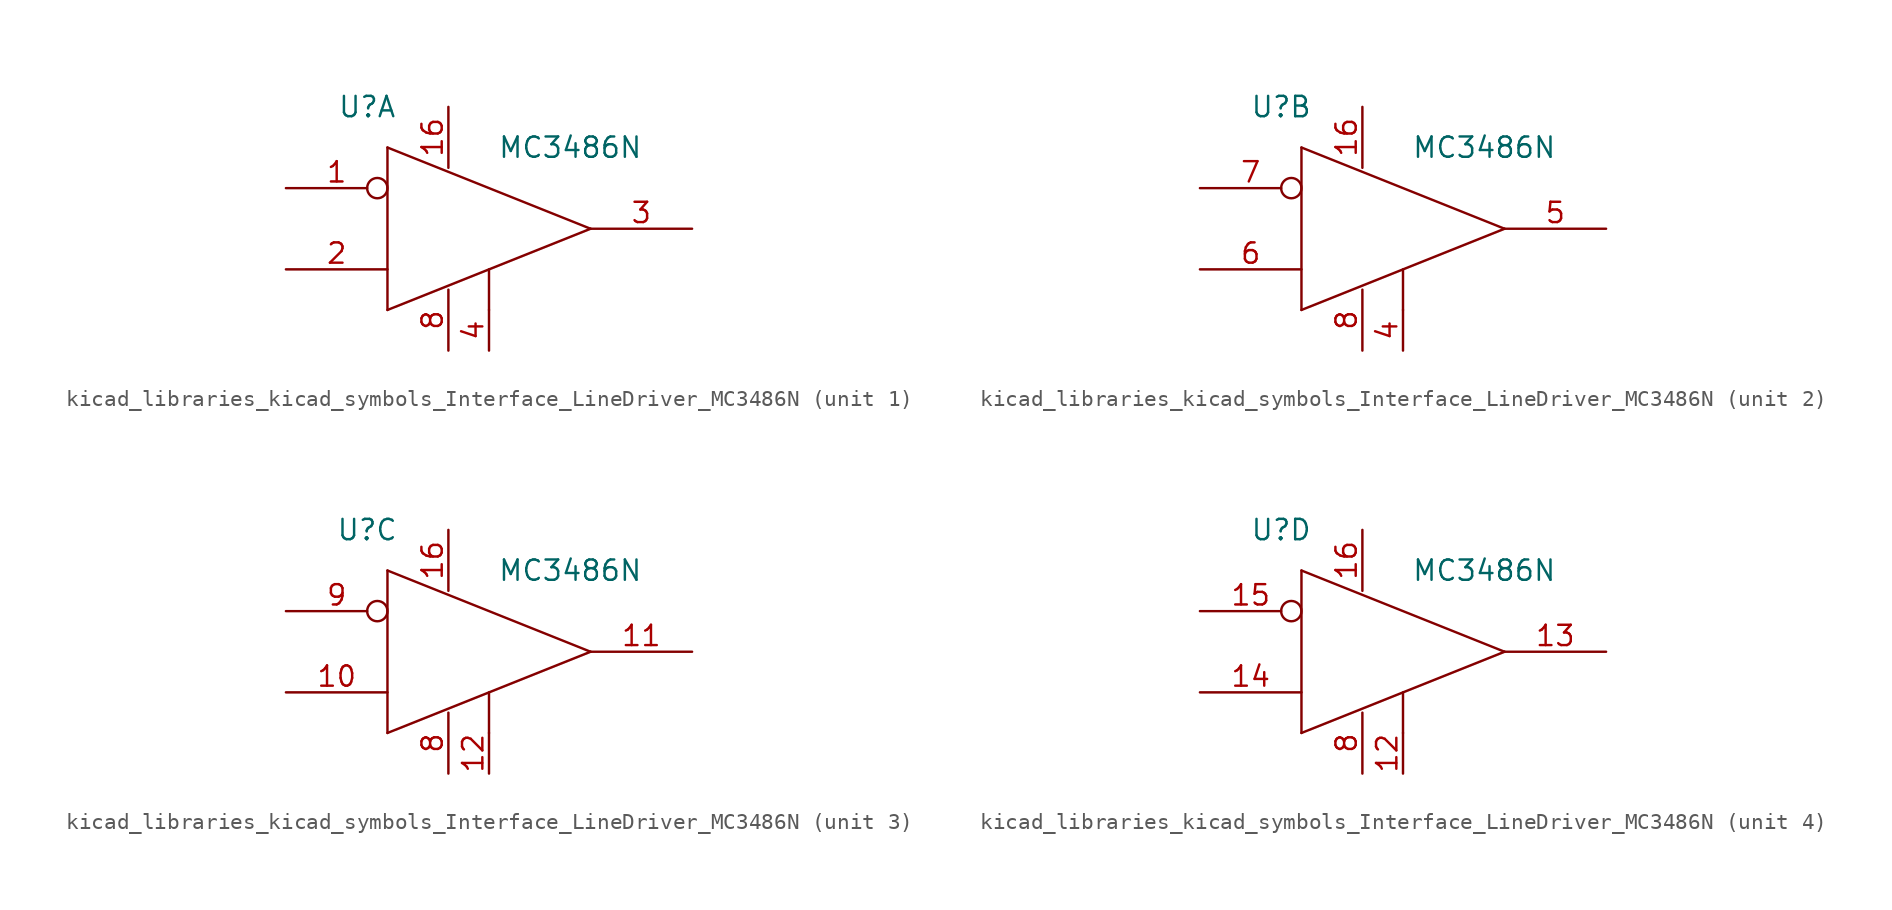
<source format=kicad_sym>
(kicad_symbol_lib
  (version 20220914)
  (generator kicad_symbol_editor)
  (symbol "kicad_libraries_kicad_symbols_Interface_LineDriver_MC3486N"
    (pin_names
      (offset 1.016) hide)
    (property "Reference" "U"
      (at -7.62 7.62 0)
      (effects (font (size 1.27 1.27))))
    (property "Value" "MC3486N"
      (at 5.08 5.08 0)
      (effects (font (size 1.27 1.27))))
    (symbol "kicad_libraries_kicad_symbols_Interface_LineDriver_MC3486N_0_1"
      (polyline (pts (xy -6.35 -5.08) (xy 6.35 0)) (stroke (width 0) (type default)) (fill (type none)))
      (polyline (pts (xy -6.35 5.08) (xy -6.35 -5.08)) (stroke (width 0) (type default)) (fill (type none)))
      (polyline (pts (xy 0 -5.08) (xy 0 -2.54)) (stroke (width 0) (type default)) (fill (type none)))
      (polyline (pts (xy 6.35 0) (xy -6.35 5.08)) (stroke (width 0) (type default)) (fill (type none))))
    (symbol "kicad_libraries_kicad_symbols_Interface_LineDriver_MC3486N_1_1"
      (pin input inverted (at -12.7 2.54 0) (length 6.35) (name "E-" (effects (font (size 1.27 1.27)))) (number "1" (effects (font (size 1.27 1.27)))))
      (pin power_in line (at -2.54 7.62 270) (length 3.81) (name "VCC" (effects (font (size 1.27 1.27)))) (number "16" (effects (font (size 1.27 1.27)))))
      (pin input line (at -12.7 -2.54 0) (length 6.35) (name "E+" (effects (font (size 1.27 1.27)))) (number "2" (effects (font (size 1.27 1.27)))))
      (pin tri_state line (at 12.7 0 180) (length 6.35) (name "OUT" (effects (font (size 1.27 1.27)))) (number "3" (effects (font (size 1.27 1.27)))))
      (pin input line (at 0 -7.62 90) (length 2.54) (name "ENABLE" (effects (font (size 1.27 1.27)))) (number "4" (effects (font (size 1.27 1.27)))))
      (pin power_in line (at -2.54 -7.62 90) (length 3.81) (name "GND" (effects (font (size 1.27 1.27)))) (number "8" (effects (font (size 1.27 1.27))))))
    (symbol "kicad_libraries_kicad_symbols_Interface_LineDriver_MC3486N_2_1"
      (pin power_in line (at -2.54 7.62 270) (length 3.81) (name "VCC" (effects (font (size 1.27 1.27)))) (number "16" (effects (font (size 1.27 1.27)))))
      (pin input line (at 0 -7.62 90) (length 2.54) (name "ENABLE" (effects (font (size 1.27 1.27)))) (number "4" (effects (font (size 1.27 1.27)))))
      (pin tri_state line (at 12.7 0 180) (length 6.35) (name "OUT" (effects (font (size 1.27 1.27)))) (number "5" (effects (font (size 1.27 1.27)))))
      (pin input line (at -12.7 -2.54 0) (length 6.35) (name "E+" (effects (font (size 1.27 1.27)))) (number "6" (effects (font (size 1.27 1.27)))))
      (pin input inverted (at -12.7 2.54 0) (length 6.35) (name "E-" (effects (font (size 1.27 1.27)))) (number "7" (effects (font (size 1.27 1.27)))))
      (pin power_in line (at -2.54 -7.62 90) (length 3.81) (name "GND" (effects (font (size 1.27 1.27)))) (number "8" (effects (font (size 1.27 1.27))))))
    (symbol "kicad_libraries_kicad_symbols_Interface_LineDriver_MC3486N_3_1"
      (pin input line (at -12.7 -2.54 0) (length 6.35) (name "E+" (effects (font (size 1.27 1.27)))) (number "10" (effects (font (size 1.27 1.27)))))
      (pin tri_state line (at 12.7 0 180) (length 6.35) (name "OUT" (effects (font (size 1.27 1.27)))) (number "11" (effects (font (size 1.27 1.27)))))
      (pin input line (at 0 -7.62 90) (length 2.54) (name "ENABLE" (effects (font (size 1.27 1.27)))) (number "12" (effects (font (size 1.27 1.27)))))
      (pin power_in line (at -2.54 7.62 270) (length 3.81) (name "VCC" (effects (font (size 1.27 1.27)))) (number "16" (effects (font (size 1.27 1.27)))))
      (pin power_in line (at -2.54 -7.62 90) (length 3.81) (name "GND" (effects (font (size 1.27 1.27)))) (number "8" (effects (font (size 1.27 1.27)))))
      (pin input inverted (at -12.7 2.54 0) (length 6.35) (name "E-" (effects (font (size 1.27 1.27)))) (number "9" (effects (font (size 1.27 1.27))))))
    (symbol "kicad_libraries_kicad_symbols_Interface_LineDriver_MC3486N_4_1"
      (pin input line (at 0 -7.62 90) (length 2.54) (name "ENABLE" (effects (font (size 1.27 1.27)))) (number "12" (effects (font (size 1.27 1.27)))))
      (pin tri_state line (at 12.7 0 180) (length 6.35) (name "OUT" (effects (font (size 1.27 1.27)))) (number "13" (effects (font (size 1.27 1.27)))))
      (pin input line (at -12.7 -2.54 0) (length 6.35) (name "E+" (effects (font (size 1.27 1.27)))) (number "14" (effects (font (size 1.27 1.27)))))
      (pin input inverted (at -12.7 2.54 0) (length 6.35) (name "E-" (effects (font (size 1.27 1.27)))) (number "15" (effects (font (size 1.27 1.27)))))
      (pin power_in line (at -2.54 7.62 270) (length 3.81) (name "VCC" (effects (font (size 1.27 1.27)))) (number "16" (effects (font (size 1.27 1.27)))))
      (pin power_in line (at -2.54 -7.62 90) (length 3.81) (name "GND" (effects (font (size 1.27 1.27)))) (number "8" (effects (font (size 1.27 1.27))))))))
</source>
